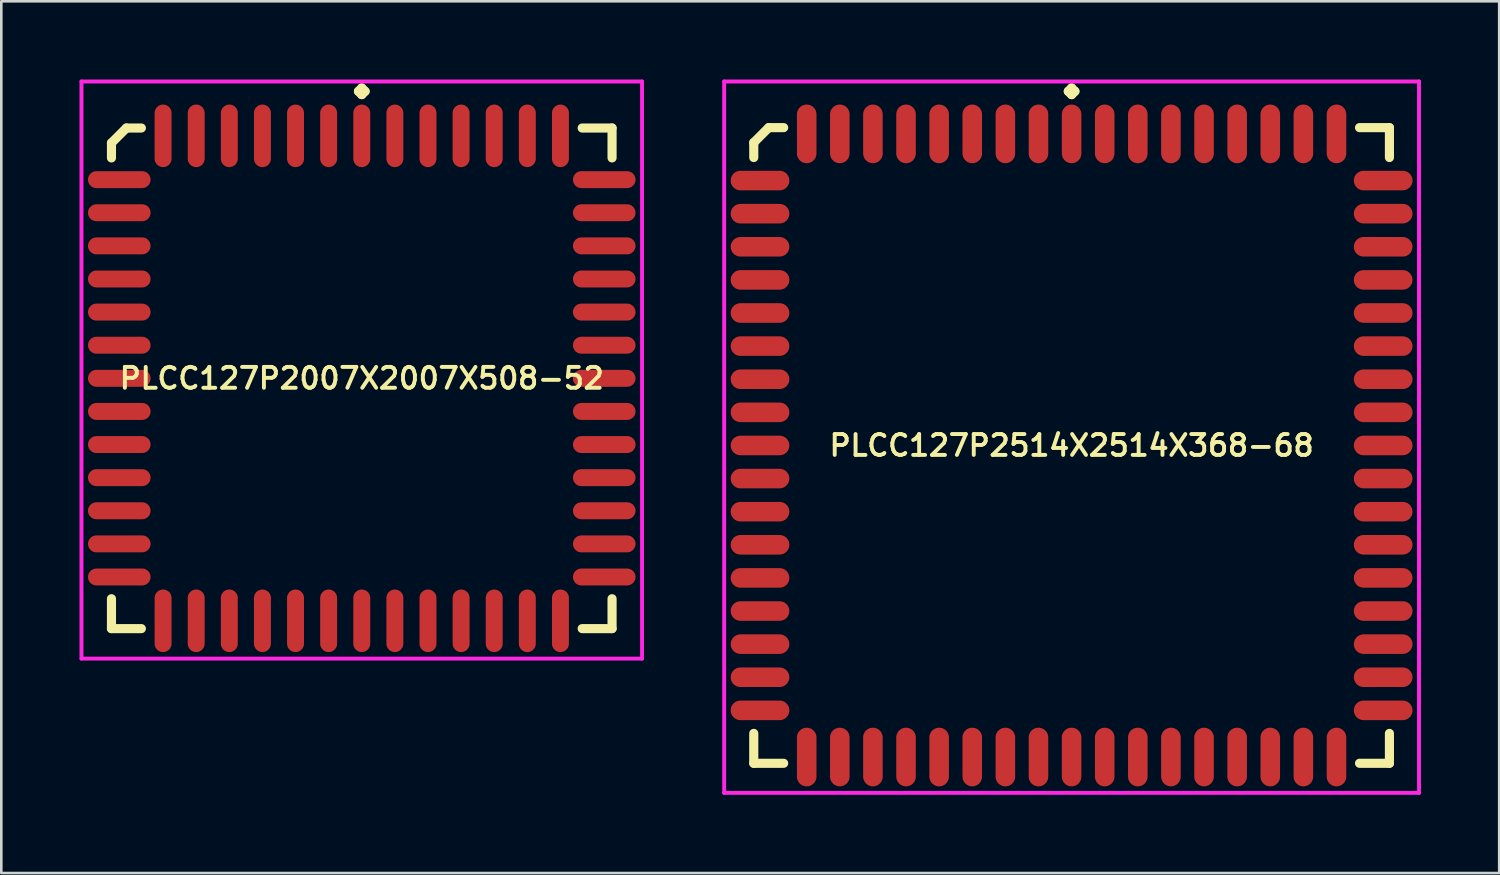
<source format=kicad_pcb>
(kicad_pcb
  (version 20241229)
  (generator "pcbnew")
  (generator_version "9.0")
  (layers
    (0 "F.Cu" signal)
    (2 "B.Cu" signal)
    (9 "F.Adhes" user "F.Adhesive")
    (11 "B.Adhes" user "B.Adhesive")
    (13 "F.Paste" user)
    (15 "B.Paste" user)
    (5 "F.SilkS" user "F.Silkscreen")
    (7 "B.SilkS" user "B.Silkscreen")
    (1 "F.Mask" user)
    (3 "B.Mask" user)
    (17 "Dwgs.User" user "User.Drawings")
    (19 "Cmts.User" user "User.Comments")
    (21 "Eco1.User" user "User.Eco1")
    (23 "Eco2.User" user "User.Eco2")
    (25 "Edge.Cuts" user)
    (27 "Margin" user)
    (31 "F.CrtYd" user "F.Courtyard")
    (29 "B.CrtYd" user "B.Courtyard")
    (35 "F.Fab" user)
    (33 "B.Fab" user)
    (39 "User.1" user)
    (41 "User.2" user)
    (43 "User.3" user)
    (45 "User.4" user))
  (footprint "PLCC127P2514X2514X368-68"
    (layer "F.Cu")
    (at 38.05 14.035)
    (property "Reference" "PLCC127P2514X2514X368-68" (at 0 0 0) (layer "F.SilkS") (effects (font (size 0.8 0.8) (thickness 0.15))))
    (attr smd)
    (fp_line (start -12.19 -11.617) (end -11.617 -12.19) (stroke (width 0.35) (type solid)) (layer "F.SilkS"))
    (fp_line (start -12.19 -11.043) (end -12.19 -11.617) (stroke (width 0.35) (type solid)) (layer "F.SilkS"))
    (fp_line (start -12.19 11.043) (end -12.19 12.19) (stroke (width 0.35) (type solid)) (layer "F.SilkS"))
    (fp_line (start -12.19 12.19) (end -11.043 12.19) (stroke (width 0.35) (type solid)) (layer "F.SilkS"))
    (fp_line (start -11.617 -12.19) (end -11.043 -12.19) (stroke (width 0.35) (type solid)) (layer "F.SilkS"))
    (fp_line (start -0.127 -13.583) (end 0 -13.71) (stroke (width 0.35) (type solid)) (layer "F.SilkS"))
    (fp_line (start 0 -13.71) (end 0.127 -13.583) (stroke (width 0.35) (type solid)) (layer "F.SilkS"))
    (fp_line (start 0 -13.456) (end -0.127 -13.583) (stroke (width 0.35) (type solid)) (layer "F.SilkS"))
    (fp_line (start 0.127 -13.583) (end 0 -13.456) (stroke (width 0.35) (type solid)) (layer "F.SilkS"))
    (fp_line (start 12.19 -12.19) (end 11.043 -12.19) (stroke (width 0.35) (type solid)) (layer "F.SilkS"))
    (fp_line (start 12.19 -11.043) (end 12.19 -12.19) (stroke (width 0.35) (type solid)) (layer "F.SilkS"))
    (fp_line (start 12.19 11.043) (end 12.19 12.19) (stroke (width 0.35) (type solid)) (layer "F.SilkS"))
    (fp_line (start 12.19 12.19) (end 11.043 12.19) (stroke (width 0.35) (type solid)) (layer "F.SilkS"))
    (fp_line (start -13.325 -13.96) (end 13.325 -13.96) (stroke (width 0.15) (type solid)) (layer "F.CrtYd"))
    (fp_line (start -13.325 13.325) (end -13.325 -13.96) (stroke (width 0.15) (type solid)) (layer "F.CrtYd"))
    (fp_line (start 13.325 -13.96) (end 13.325 13.325) (stroke (width 0.15) (type solid)) (layer "F.CrtYd"))
    (fp_line (start 13.325 13.325) (end -13.325 13.325) (stroke (width 0.15) (type solid)) (layer "F.CrtYd"))
    (pad "1" smd oval (at 0 -11.95) (size 0.75 2.25) (layers "F.Cu" "F.Mask" "F.Paste"))
    (pad "2" smd oval (at -1.27 -11.95) (size 0.75 2.25) (layers "F.Cu" "F.Mask" "F.Paste"))
    (pad "3" smd oval (at -2.54 -11.95) (size 0.75 2.25) (layers "F.Cu" "F.Mask" "F.Paste"))
    (pad "4" smd oval (at -3.81 -11.95) (size 0.75 2.25) (layers "F.Cu" "F.Mask" "F.Paste"))
    (pad "5" smd oval (at -5.08 -11.95) (size 0.75 2.25) (layers "F.Cu" "F.Mask" "F.Paste"))
    (pad "6" smd oval (at -6.35 -11.95) (size 0.75 2.25) (layers "F.Cu" "F.Mask" "F.Paste"))
    (pad "7" smd oval (at -7.62 -11.95) (size 0.75 2.25) (layers "F.Cu" "F.Mask" "F.Paste"))
    (pad "8" smd oval (at -8.89 -11.95) (size 0.75 2.25) (layers "F.Cu" "F.Mask" "F.Paste"))
    (pad "9" smd oval (at -10.16 -11.95) (size 0.75 2.25) (layers "F.Cu" "F.Mask" "F.Paste"))
    (pad "10" smd oval (at -11.95 -10.16) (size 2.25 0.75) (layers "F.Cu" "F.Mask" "F.Paste"))
    (pad "11" smd oval (at -11.95 -8.89) (size 2.25 0.75) (layers "F.Cu" "F.Mask" "F.Paste"))
    (pad "12" smd oval (at -11.95 -7.62) (size 2.25 0.75) (layers "F.Cu" "F.Mask" "F.Paste"))
    (pad "13" smd oval (at -11.95 -6.35) (size 2.25 0.75) (layers "F.Cu" "F.Mask" "F.Paste"))
    (pad "14" smd oval (at -11.95 -5.08) (size 2.25 0.75) (layers "F.Cu" "F.Mask" "F.Paste"))
    (pad "15" smd oval (at -11.95 -3.81) (size 2.25 0.75) (layers "F.Cu" "F.Mask" "F.Paste"))
    (pad "16" smd oval (at -11.95 -2.54) (size 2.25 0.75) (layers "F.Cu" "F.Mask" "F.Paste"))
    (pad "17" smd oval (at -11.95 -1.27) (size 2.25 0.75) (layers "F.Cu" "F.Mask" "F.Paste"))
    (pad "18" smd oval (at -11.95 0) (size 2.25 0.75) (layers "F.Cu" "F.Mask" "F.Paste"))
    (pad "19" smd oval (at -11.95 1.27) (size 2.25 0.75) (layers "F.Cu" "F.Mask" "F.Paste"))
    (pad "20" smd oval (at -11.95 2.54) (size 2.25 0.75) (layers "F.Cu" "F.Mask" "F.Paste"))
    (pad "21" smd oval (at -11.95 3.81) (size 2.25 0.75) (layers "F.Cu" "F.Mask" "F.Paste"))
    (pad "22" smd oval (at -11.95 5.08) (size 2.25 0.75) (layers "F.Cu" "F.Mask" "F.Paste"))
    (pad "23" smd oval (at -11.95 6.35) (size 2.25 0.75) (layers "F.Cu" "F.Mask" "F.Paste"))
    (pad "24" smd oval (at -11.95 7.62) (size 2.25 0.75) (layers "F.Cu" "F.Mask" "F.Paste"))
    (pad "25" smd oval (at -11.95 8.89) (size 2.25 0.75) (layers "F.Cu" "F.Mask" "F.Paste"))
    (pad "26" smd oval (at -11.95 10.16) (size 2.25 0.75) (layers "F.Cu" "F.Mask" "F.Paste"))
    (pad "27" smd oval (at -10.16 11.95) (size 0.75 2.25) (layers "F.Cu" "F.Mask" "F.Paste"))
    (pad "28" smd oval (at -8.89 11.95) (size 0.75 2.25) (layers "F.Cu" "F.Mask" "F.Paste"))
    (pad "29" smd oval (at -7.62 11.95) (size 0.75 2.25) (layers "F.Cu" "F.Mask" "F.Paste"))
    (pad "30" smd oval (at -6.35 11.95) (size 0.75 2.25) (layers "F.Cu" "F.Mask" "F.Paste"))
    (pad "31" smd oval (at -5.08 11.95) (size 0.75 2.25) (layers "F.Cu" "F.Mask" "F.Paste"))
    (pad "32" smd oval (at -3.81 11.95) (size 0.75 2.25) (layers "F.Cu" "F.Mask" "F.Paste"))
    (pad "33" smd oval (at -2.54 11.95) (size 0.75 2.25) (layers "F.Cu" "F.Mask" "F.Paste"))
    (pad "34" smd oval (at -1.27 11.95) (size 0.75 2.25) (layers "F.Cu" "F.Mask" "F.Paste"))
    (pad "35" smd oval (at 0 11.95) (size 0.75 2.25) (layers "F.Cu" "F.Mask" "F.Paste"))
    (pad "36" smd oval (at 1.27 11.95) (size 0.75 2.25) (layers "F.Cu" "F.Mask" "F.Paste"))
    (pad "37" smd oval (at 2.54 11.95) (size 0.75 2.25) (layers "F.Cu" "F.Mask" "F.Paste"))
    (pad "38" smd oval (at 3.81 11.95) (size 0.75 2.25) (layers "F.Cu" "F.Mask" "F.Paste"))
    (pad "39" smd oval (at 5.08 11.95) (size 0.75 2.25) (layers "F.Cu" "F.Mask" "F.Paste"))
    (pad "40" smd oval (at 6.35 11.95) (size 0.75 2.25) (layers "F.Cu" "F.Mask" "F.Paste"))
    (pad "41" smd oval (at 7.62 11.95) (size 0.75 2.25) (layers "F.Cu" "F.Mask" "F.Paste"))
    (pad "42" smd oval (at 8.89 11.95) (size 0.75 2.25) (layers "F.Cu" "F.Mask" "F.Paste"))
    (pad "43" smd oval (at 10.16 11.95) (size 0.75 2.25) (layers "F.Cu" "F.Mask" "F.Paste"))
    (pad "44" smd oval (at 11.95 10.16) (size 2.25 0.75) (layers "F.Cu" "F.Mask" "F.Paste"))
    (pad "45" smd oval (at 11.95 8.89) (size 2.25 0.75) (layers "F.Cu" "F.Mask" "F.Paste"))
    (pad "46" smd oval (at 11.95 7.62) (size 2.25 0.75) (layers "F.Cu" "F.Mask" "F.Paste"))
    (pad "47" smd oval (at 11.95 6.35) (size 2.25 0.75) (layers "F.Cu" "F.Mask" "F.Paste"))
    (pad "48" smd oval (at 11.95 5.08) (size 2.25 0.75) (layers "F.Cu" "F.Mask" "F.Paste"))
    (pad "49" smd oval (at 11.95 3.81) (size 2.25 0.75) (layers "F.Cu" "F.Mask" "F.Paste"))
    (pad "50" smd oval (at 11.95 2.54) (size 2.25 0.75) (layers "F.Cu" "F.Mask" "F.Paste"))
    (pad "51" smd oval (at 11.95 1.27) (size 2.25 0.75) (layers "F.Cu" "F.Mask" "F.Paste"))
    (pad "52" smd oval (at 11.95 0) (size 2.25 0.75) (layers "F.Cu" "F.Mask" "F.Paste"))
    (pad "53" smd oval (at 11.95 -1.27) (size 2.25 0.75) (layers "F.Cu" "F.Mask" "F.Paste"))
    (pad "54" smd oval (at 11.95 -2.54) (size 2.25 0.75) (layers "F.Cu" "F.Mask" "F.Paste"))
    (pad "55" smd oval (at 11.95 -3.81) (size 2.25 0.75) (layers "F.Cu" "F.Mask" "F.Paste"))
    (pad "56" smd oval (at 11.95 -5.08) (size 2.25 0.75) (layers "F.Cu" "F.Mask" "F.Paste"))
    (pad "57" smd oval (at 11.95 -6.35) (size 2.25 0.75) (layers "F.Cu" "F.Mask" "F.Paste"))
    (pad "58" smd oval (at 11.95 -7.62) (size 2.25 0.75) (layers "F.Cu" "F.Mask" "F.Paste"))
    (pad "59" smd oval (at 11.95 -8.89) (size 2.25 0.75) (layers "F.Cu" "F.Mask" "F.Paste"))
    (pad "60" smd oval (at 11.95 -10.16) (size 2.25 0.75) (layers "F.Cu" "F.Mask" "F.Paste"))
    (pad "61" smd oval (at 10.16 -11.95) (size 0.75 2.25) (layers "F.Cu" "F.Mask" "F.Paste"))
    (pad "62" smd oval (at 8.89 -11.95) (size 0.75 2.25) (layers "F.Cu" "F.Mask" "F.Paste"))
    (pad "63" smd oval (at 7.62 -11.95) (size 0.75 2.25) (layers "F.Cu" "F.Mask" "F.Paste"))
    (pad "64" smd oval (at 6.35 -11.95) (size 0.75 2.25) (layers "F.Cu" "F.Mask" "F.Paste"))
    (pad "65" smd oval (at 5.08 -11.95) (size 0.75 2.25) (layers "F.Cu" "F.Mask" "F.Paste"))
    (pad "66" smd oval (at 3.81 -11.95) (size 0.75 2.25) (layers "F.Cu" "F.Mask" "F.Paste"))
    (pad "67" smd oval (at 2.54 -11.95) (size 0.75 2.25) (layers "F.Cu" "F.Mask" "F.Paste"))
    (pad "68" smd oval (at 1.27 -11.95) (size 0.75 2.25) (layers "F.Cu" "F.Mask" "F.Paste")))
  (footprint "PLCC127P2007X2007X508-52"
    (layer "F.Cu")
    (at 10.825 11.46)
    (property "Reference" "PLCC127P2007X2007X508-52" (at 0 0 0) (layer "F.SilkS") (effects (font (size 0.8 0.8) (thickness 0.15))))
    (attr smd)
    (fp_line (start -9.6 -9.027) (end -9.027 -9.6) (stroke (width 0.35) (type solid)) (layer "F.SilkS"))
    (fp_line (start -9.6 -8.453) (end -9.6 -9.027) (stroke (width 0.35) (type solid)) (layer "F.SilkS"))
    (fp_line (start -9.6 8.453) (end -9.6 9.6) (stroke (width 0.35) (type solid)) (layer "F.SilkS"))
    (fp_line (start -9.6 9.6) (end -8.453 9.6) (stroke (width 0.35) (type solid)) (layer "F.SilkS"))
    (fp_line (start -9.027 -9.6) (end -8.453 -9.6) (stroke (width 0.35) (type solid)) (layer "F.SilkS"))
    (fp_line (start -0.127 -11.008) (end 0 -11.135) (stroke (width 0.35) (type solid)) (layer "F.SilkS"))
    (fp_line (start 0 -11.135) (end 0.127 -11.008) (stroke (width 0.35) (type solid)) (layer "F.SilkS"))
    (fp_line (start 0 -10.881) (end -0.127 -11.008) (stroke (width 0.35) (type solid)) (layer "F.SilkS"))
    (fp_line (start 0.127 -11.008) (end 0 -10.881) (stroke (width 0.35) (type solid)) (layer "F.SilkS"))
    (fp_line (start 9.6 -9.6) (end 8.453 -9.6) (stroke (width 0.35) (type solid)) (layer "F.SilkS"))
    (fp_line (start 9.6 -8.453) (end 9.6 -9.6) (stroke (width 0.35) (type solid)) (layer "F.SilkS"))
    (fp_line (start 9.6 8.453) (end 9.6 9.6) (stroke (width 0.35) (type solid)) (layer "F.SilkS"))
    (fp_line (start 9.6 9.6) (end 8.453 9.6) (stroke (width 0.35) (type solid)) (layer "F.SilkS"))
    (fp_line (start -10.75 -11.385) (end 10.75 -11.385) (stroke (width 0.15) (type solid)) (layer "F.CrtYd"))
    (fp_line (start -10.75 10.75) (end -10.75 -11.385) (stroke (width 0.15) (type solid)) (layer "F.CrtYd"))
    (fp_line (start 10.75 -11.385) (end 10.75 10.75) (stroke (width 0.15) (type solid)) (layer "F.CrtYd"))
    (fp_line (start 10.75 10.75) (end -10.75 10.75) (stroke (width 0.15) (type solid)) (layer "F.CrtYd"))
    (pad "1" smd oval (at 0 -9.3) (size 0.65 2.4) (layers "F.Cu" "F.Mask" "F.Paste"))
    (pad "2" smd oval (at -1.27 -9.3) (size 0.65 2.4) (layers "F.Cu" "F.Mask" "F.Paste"))
    (pad "3" smd oval (at -2.54 -9.3) (size 0.65 2.4) (layers "F.Cu" "F.Mask" "F.Paste"))
    (pad "4" smd oval (at -3.81 -9.3) (size 0.65 2.4) (layers "F.Cu" "F.Mask" "F.Paste"))
    (pad "5" smd oval (at -5.08 -9.3) (size 0.65 2.4) (layers "F.Cu" "F.Mask" "F.Paste"))
    (pad "6" smd oval (at -6.35 -9.3) (size 0.65 2.4) (layers "F.Cu" "F.Mask" "F.Paste"))
    (pad "7" smd oval (at -7.62 -9.3) (size 0.65 2.4) (layers "F.Cu" "F.Mask" "F.Paste"))
    (pad "8" smd oval (at -9.3 -7.62) (size 2.4 0.65) (layers "F.Cu" "F.Mask" "F.Paste"))
    (pad "9" smd oval (at -9.3 -6.35) (size 2.4 0.65) (layers "F.Cu" "F.Mask" "F.Paste"))
    (pad "10" smd oval (at -9.3 -5.08) (size 2.4 0.65) (layers "F.Cu" "F.Mask" "F.Paste"))
    (pad "11" smd oval (at -9.3 -3.81) (size 2.4 0.65) (layers "F.Cu" "F.Mask" "F.Paste"))
    (pad "12" smd oval (at -9.3 -2.54) (size 2.4 0.65) (layers "F.Cu" "F.Mask" "F.Paste"))
    (pad "13" smd oval (at -9.3 -1.27) (size 2.4 0.65) (layers "F.Cu" "F.Mask" "F.Paste"))
    (pad "14" smd oval (at -9.3 0) (size 2.4 0.65) (layers "F.Cu" "F.Mask" "F.Paste"))
    (pad "15" smd oval (at -9.3 1.27) (size 2.4 0.65) (layers "F.Cu" "F.Mask" "F.Paste"))
    (pad "16" smd oval (at -9.3 2.54) (size 2.4 0.65) (layers "F.Cu" "F.Mask" "F.Paste"))
    (pad "17" smd oval (at -9.3 3.81) (size 2.4 0.65) (layers "F.Cu" "F.Mask" "F.Paste"))
    (pad "18" smd oval (at -9.3 5.08) (size 2.4 0.65) (layers "F.Cu" "F.Mask" "F.Paste"))
    (pad "19" smd oval (at -9.3 6.35) (size 2.4 0.65) (layers "F.Cu" "F.Mask" "F.Paste"))
    (pad "20" smd oval (at -9.3 7.62) (size 2.4 0.65) (layers "F.Cu" "F.Mask" "F.Paste"))
    (pad "21" smd oval (at -7.62 9.3) (size 0.65 2.4) (layers "F.Cu" "F.Mask" "F.Paste"))
    (pad "22" smd oval (at -6.35 9.3) (size 0.65 2.4) (layers "F.Cu" "F.Mask" "F.Paste"))
    (pad "23" smd oval (at -5.08 9.3) (size 0.65 2.4) (layers "F.Cu" "F.Mask" "F.Paste"))
    (pad "24" smd oval (at -3.81 9.3) (size 0.65 2.4) (layers "F.Cu" "F.Mask" "F.Paste"))
    (pad "25" smd oval (at -2.54 9.3) (size 0.65 2.4) (layers "F.Cu" "F.Mask" "F.Paste"))
    (pad "26" smd oval (at -1.27 9.3) (size 0.65 2.4) (layers "F.Cu" "F.Mask" "F.Paste"))
    (pad "27" smd oval (at 0 9.3) (size 0.65 2.4) (layers "F.Cu" "F.Mask" "F.Paste"))
    (pad "28" smd oval (at 1.27 9.3) (size 0.65 2.4) (layers "F.Cu" "F.Mask" "F.Paste"))
    (pad "29" smd oval (at 2.54 9.3) (size 0.65 2.4) (layers "F.Cu" "F.Mask" "F.Paste"))
    (pad "30" smd oval (at 3.81 9.3) (size 0.65 2.4) (layers "F.Cu" "F.Mask" "F.Paste"))
    (pad "31" smd oval (at 5.08 9.3) (size 0.65 2.4) (layers "F.Cu" "F.Mask" "F.Paste"))
    (pad "32" smd oval (at 6.35 9.3) (size 0.65 2.4) (layers "F.Cu" "F.Mask" "F.Paste"))
    (pad "33" smd oval (at 7.62 9.3) (size 0.65 2.4) (layers "F.Cu" "F.Mask" "F.Paste"))
    (pad "34" smd oval (at 9.3 7.62) (size 2.4 0.65) (layers "F.Cu" "F.Mask" "F.Paste"))
    (pad "35" smd oval (at 9.3 6.35) (size 2.4 0.65) (layers "F.Cu" "F.Mask" "F.Paste"))
    (pad "36" smd oval (at 9.3 5.08) (size 2.4 0.65) (layers "F.Cu" "F.Mask" "F.Paste"))
    (pad "37" smd oval (at 9.3 3.81) (size 2.4 0.65) (layers "F.Cu" "F.Mask" "F.Paste"))
    (pad "38" smd oval (at 9.3 2.54) (size 2.4 0.65) (layers "F.Cu" "F.Mask" "F.Paste"))
    (pad "39" smd oval (at 9.3 1.27) (size 2.4 0.65) (layers "F.Cu" "F.Mask" "F.Paste"))
    (pad "40" smd oval (at 9.3 0) (size 2.4 0.65) (layers "F.Cu" "F.Mask" "F.Paste"))
    (pad "41" smd oval (at 9.3 -1.27) (size 2.4 0.65) (layers "F.Cu" "F.Mask" "F.Paste"))
    (pad "42" smd oval (at 9.3 -2.54) (size 2.4 0.65) (layers "F.Cu" "F.Mask" "F.Paste"))
    (pad "43" smd oval (at 9.3 -3.81) (size 2.4 0.65) (layers "F.Cu" "F.Mask" "F.Paste"))
    (pad "44" smd oval (at 9.3 -5.08) (size 2.4 0.65) (layers "F.Cu" "F.Mask" "F.Paste"))
    (pad "45" smd oval (at 9.3 -6.35) (size 2.4 0.65) (layers "F.Cu" "F.Mask" "F.Paste"))
    (pad "46" smd oval (at 9.3 -7.62) (size 2.4 0.65) (layers "F.Cu" "F.Mask" "F.Paste"))
    (pad "47" smd oval (at 7.62 -9.3) (size 0.65 2.4) (layers "F.Cu" "F.Mask" "F.Paste"))
    (pad "48" smd oval (at 6.35 -9.3) (size 0.65 2.4) (layers "F.Cu" "F.Mask" "F.Paste"))
    (pad "49" smd oval (at 5.08 -9.3) (size 0.65 2.4) (layers "F.Cu" "F.Mask" "F.Paste"))
    (pad "50" smd oval (at 3.81 -9.3) (size 0.65 2.4) (layers "F.Cu" "F.Mask" "F.Paste"))
    (pad "51" smd oval (at 2.54 -9.3) (size 0.65 2.4) (layers "F.Cu" "F.Mask" "F.Paste"))
    (pad "52" smd oval (at 1.27 -9.3) (size 0.65 2.4) (layers "F.Cu" "F.Mask" "F.Paste")))
  (gr_rect
    (start -3 -3)
    (end 54.45 30.435)
    (stroke (width 0.1) (type default))
    (fill no)
    (layer "Edge.Cuts")))
</source>
